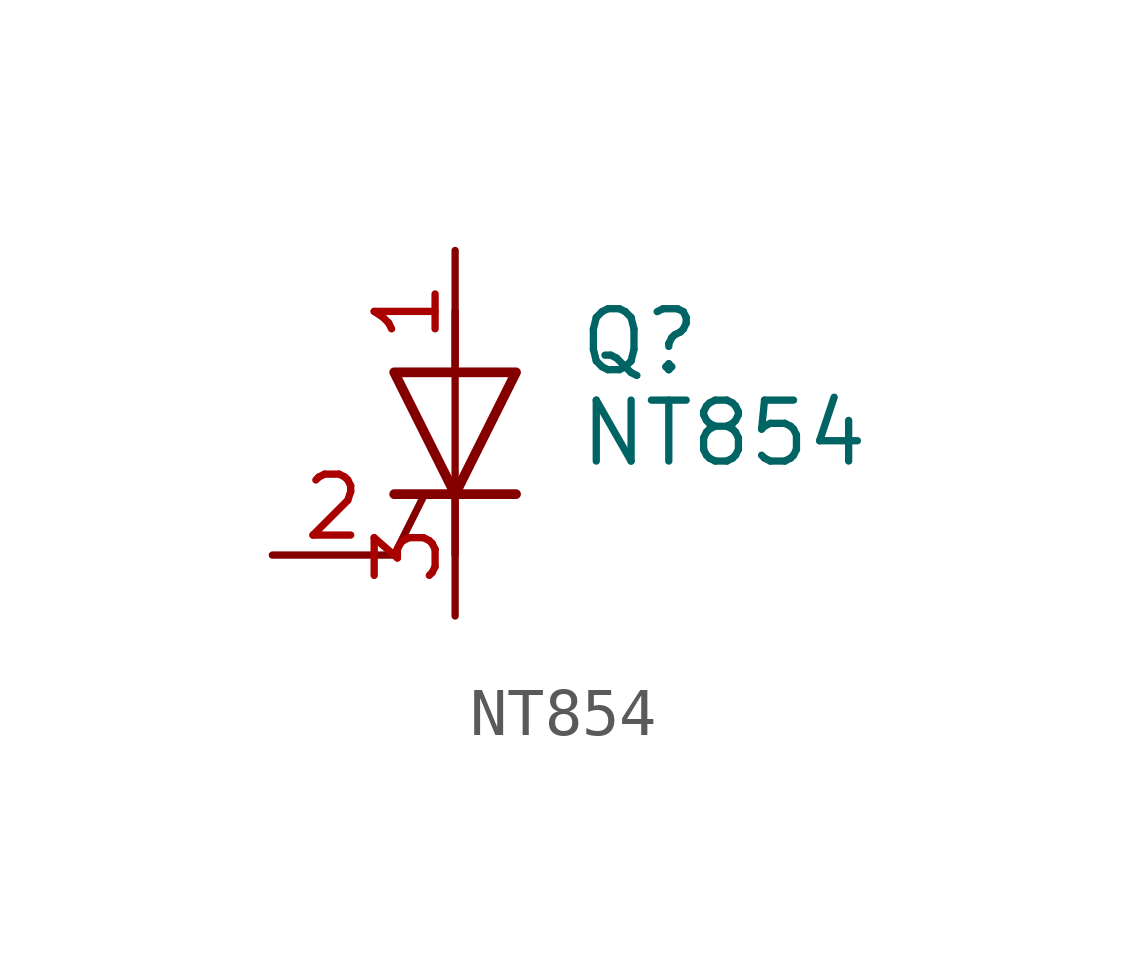
<source format=kicad_sym>
(kicad_symbol_lib
  (version 20211014)
  (generator kicad_symbol_editor)
  (symbol "NT854"
    (pin_names
      (offset 0) hide)
    (property "Reference" "Q"
      (at 2.54 1.905 0)
      (effects (font (size 1.27 1.27)) (justify left)))
    (property "Value" "NT854"
      (at 2.54 0 0)
      (effects (font (size 1.27 1.27)) (justify left)))
    (symbol "NT854_0_1"
      (polyline (pts (xy -1.27 -2.54) (xy -0.635 -1.27)) (stroke (width 0) (type default) (color 0 0 0 0)) (fill (type none)))
      (polyline (pts (xy -1.27 -1.27) (xy 1.27 -1.27)) (stroke (width 0.203) (type default) (color 0 0 0 0)) (fill (type none)))
      (polyline (pts (xy 0 -2.54) (xy 0 2.54)) (stroke (width 0) (type default) (color 0 0 0 0)) (fill (type none)))
      (polyline (pts (xy -1.27 1.27) (xy 1.27 1.27) (xy 0 -1.27) (xy -1.27 1.27)) (stroke (width 0.203) (type default) (color 0 0 0 0)) (fill (type none))))
    (symbol "NT854_1_1"
      (pin passive line (at 0 3.81 270) (length 2.54) (name "A" (effects (font (size 1.27 1.27)))) (number "1" (effects (font (size 1.27 1.27)))))
      (pin input line (at -3.81 -2.54 0) (length 2.54) (name "G" (effects (font (size 1.27 1.27)))) (number "2" (effects (font (size 1.27 1.27)))))
      (pin passive line (at 0 -3.81 90) (length 2.54) (name "K" (effects (font (size 1.27 1.27)))) (number "3" (effects (font (size 1.27 1.27))))))))
</source>
